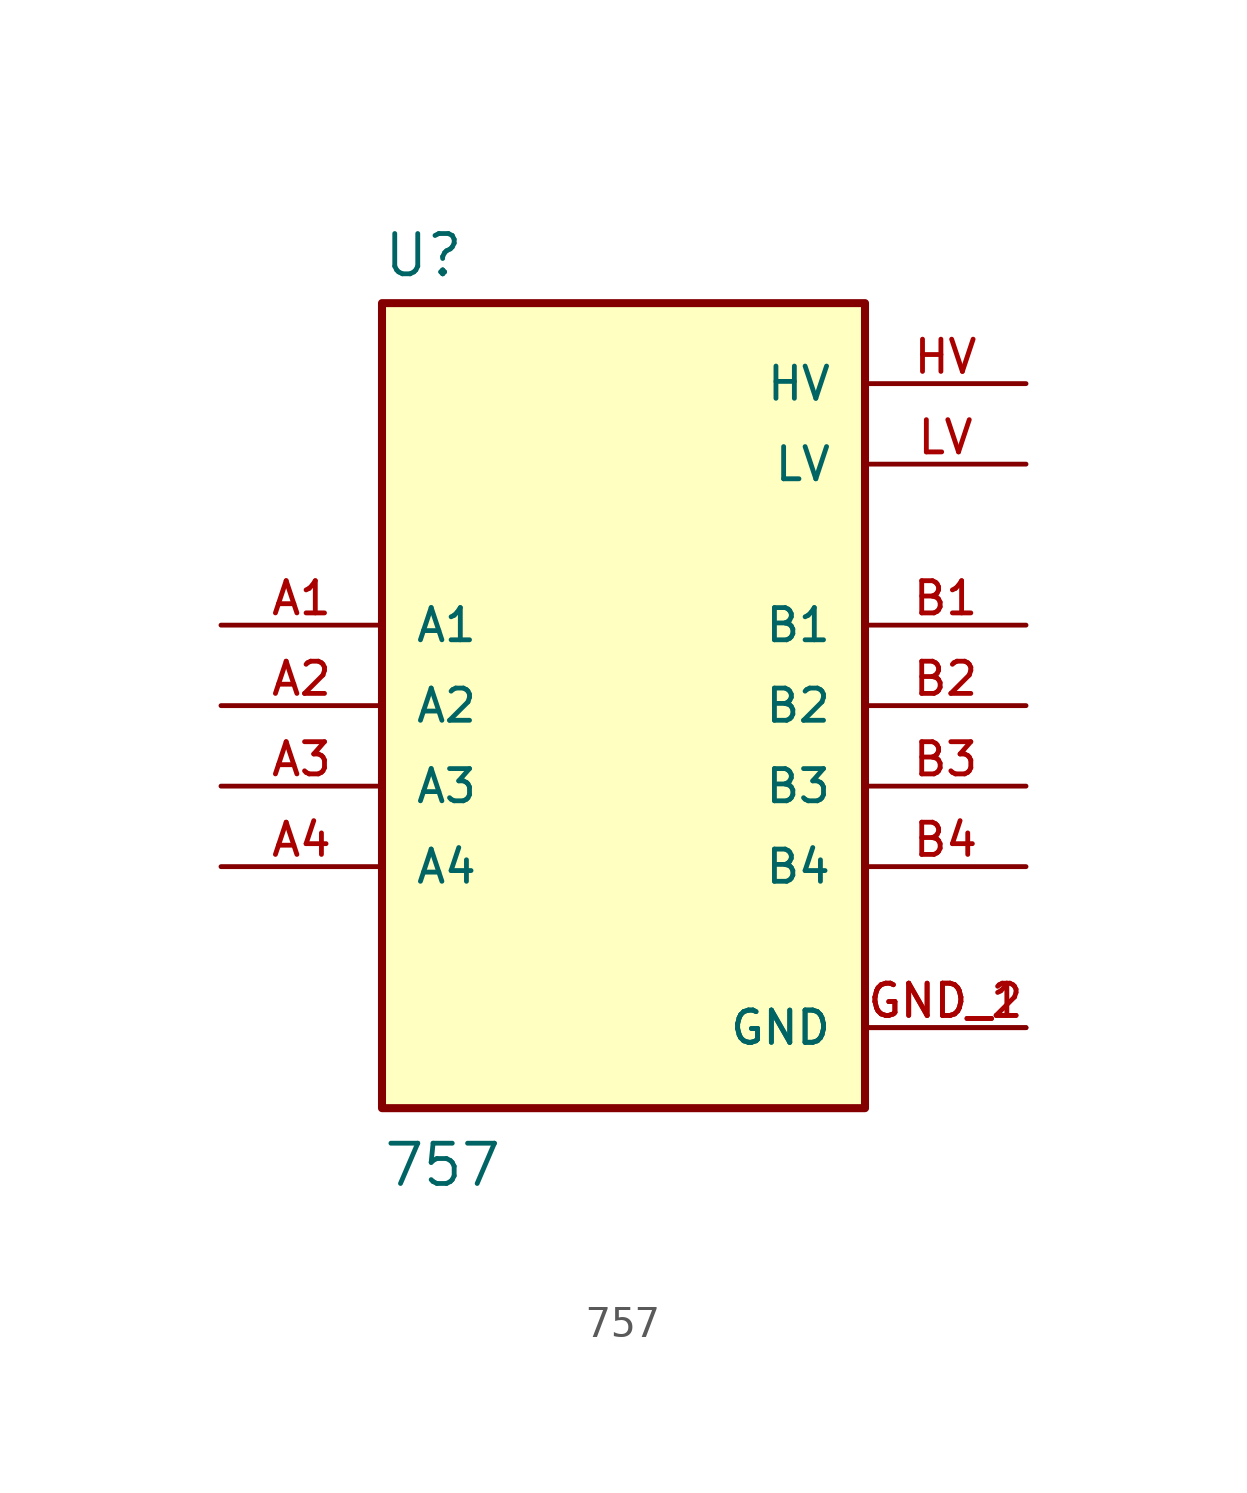
<source format=kicad_sym>
(kicad_symbol_lib
  (version 20211014)
  (generator kicad_symbol_editor)
  (symbol "757"
    (pin_names
      (offset 1.016))
    (property "Reference" "U"
      (at -7.62 13.462 0)
      (effects (font (size 1.27 1.27)) (justify bottom left)))
    (property "Value" "757"
      (at -7.62 -15.24 0)
      (effects (font (size 1.27 1.27)) (justify bottom left)))
    (symbol "757_0_0"
      (rectangle (start -7.62 -12.7) (end 7.62 12.7) (stroke (width 0.254)) (fill (type background)))
      (pin power_in line (at 12.7 -10.16 180.0) (length 5.08) (name "GND" (effects (font (size 1.016 1.016)))) (number "GND_1" (effects (font (size 1.016 1.016)))))
      (pin power_in line (at 12.7 -10.16 180.0) (length 5.08) (name "GND" (effects (font (size 1.016 1.016)))) (number "GND_2" (effects (font (size 1.016 1.016)))))
      (pin passive line (at -12.7 -5.08 0) (length 5.08) (name "A4" (effects (font (size 1.016 1.016)))) (number "A4" (effects (font (size 1.016 1.016)))))
      (pin passive line (at -12.7 -2.54 0) (length 5.08) (name "A3" (effects (font (size 1.016 1.016)))) (number "A3" (effects (font (size 1.016 1.016)))))
      (pin passive line (at -12.7 0.0 0) (length 5.08) (name "A2" (effects (font (size 1.016 1.016)))) (number "A2" (effects (font (size 1.016 1.016)))))
      (pin passive line (at -12.7 2.54 0) (length 5.08) (name "A1" (effects (font (size 1.016 1.016)))) (number "A1" (effects (font (size 1.016 1.016)))))
      (pin passive line (at 12.7 -5.08 180.0) (length 5.08) (name "B4" (effects (font (size 1.016 1.016)))) (number "B4" (effects (font (size 1.016 1.016)))))
      (pin passive line (at 12.7 -2.54 180.0) (length 5.08) (name "B3" (effects (font (size 1.016 1.016)))) (number "B3" (effects (font (size 1.016 1.016)))))
      (pin passive line (at 12.7 0.0 180.0) (length 5.08) (name "B2" (effects (font (size 1.016 1.016)))) (number "B2" (effects (font (size 1.016 1.016)))))
      (pin passive line (at 12.7 2.54 180.0) (length 5.08) (name "B1" (effects (font (size 1.016 1.016)))) (number "B1" (effects (font (size 1.016 1.016)))))
      (pin power_in line (at 12.7 7.62 180.0) (length 5.08) (name "LV" (effects (font (size 1.016 1.016)))) (number "LV" (effects (font (size 1.016 1.016)))))
      (pin power_in line (at 12.7 10.16 180.0) (length 5.08) (name "HV" (effects (font (size 1.016 1.016)))) (number "HV" (effects (font (size 1.016 1.016))))))))
</source>
